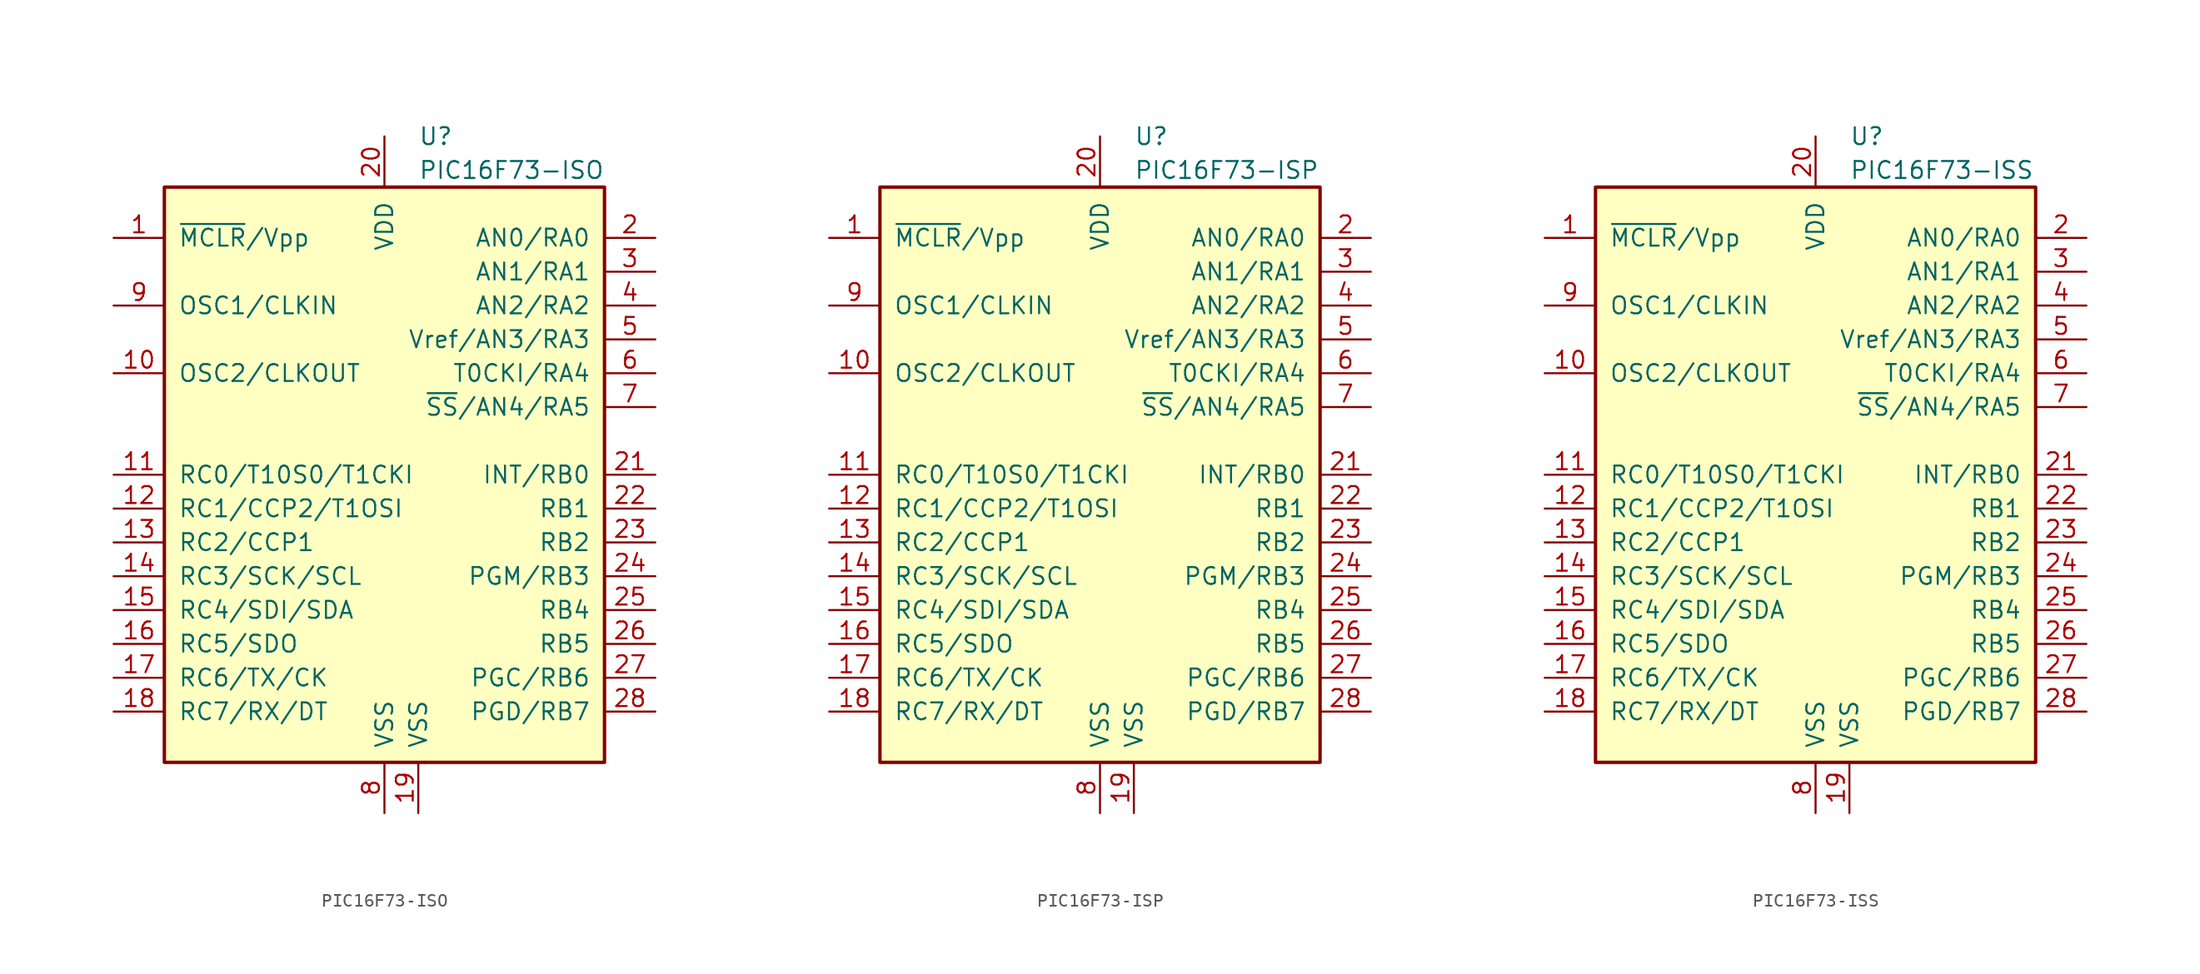
<source format=kicad_sym>
(kicad_symbol_lib
  (version 20241209)
  (generator "kicad_symbol_editor")
  (generator_version "9.0")
  (symbol "PIC16F73-ISO"
    (pin_names
      (offset 1.016))
    (property "Reference" "U"
      (at 2.54 25.4 0)
      (effects (font (size 1.27 1.27)) (justify left)))
    (property "Value" "PIC16F73-ISO"
      (at 2.54 22.86 0)
      (effects (font (size 1.27 1.27)) (justify left)))
    (symbol "PIC16F73-ISO_0_1"
      (rectangle (start -16.51 -21.59) (end 16.51 21.59) (stroke (width 0.254) (type default)) (fill (type background))))
    (symbol "PIC16F73-ISO_1_1"
      (pin input line (at -20.32 17.78 0) (length 3.81) (name "~{MCLR}/Vpp" (effects (font (size 1.27 1.27)))) (number "1" (effects (font (size 1.27 1.27)))))
      (pin input line (at -20.32 12.7 0) (length 3.81) (name "OSC1/CLKIN" (effects (font (size 1.27 1.27)))) (number "9" (effects (font (size 1.27 1.27)))))
      (pin output line (at -20.32 7.62 0) (length 3.81) (name "OSC2/CLKOUT" (effects (font (size 1.27 1.27)))) (number "10" (effects (font (size 1.27 1.27)))))
      (pin bidirectional line (at -20.32 0 0) (length 3.81) (name "RC0/T10S0/T1CKI" (effects (font (size 1.27 1.27)))) (number "11" (effects (font (size 1.27 1.27)))))
      (pin bidirectional line (at -20.32 -2.54 0) (length 3.81) (name "RC1/CCP2/T1OSI" (effects (font (size 1.27 1.27)))) (number "12" (effects (font (size 1.27 1.27)))))
      (pin bidirectional line (at -20.32 -5.08 0) (length 3.81) (name "RC2/CCP1" (effects (font (size 1.27 1.27)))) (number "13" (effects (font (size 1.27 1.27)))))
      (pin bidirectional line (at -20.32 -7.62 0) (length 3.81) (name "RC3/SCK/SCL" (effects (font (size 1.27 1.27)))) (number "14" (effects (font (size 1.27 1.27)))))
      (pin bidirectional line (at -20.32 -10.16 0) (length 3.81) (name "RC4/SDI/SDA" (effects (font (size 1.27 1.27)))) (number "15" (effects (font (size 1.27 1.27)))))
      (pin bidirectional line (at -20.32 -12.7 0) (length 3.81) (name "RC5/SDO" (effects (font (size 1.27 1.27)))) (number "16" (effects (font (size 1.27 1.27)))))
      (pin bidirectional line (at -20.32 -15.24 0) (length 3.81) (name "RC6/TX/CK" (effects (font (size 1.27 1.27)))) (number "17" (effects (font (size 1.27 1.27)))))
      (pin bidirectional line (at -20.32 -17.78 0) (length 3.81) (name "RC7/RX/DT" (effects (font (size 1.27 1.27)))) (number "18" (effects (font (size 1.27 1.27)))))
      (pin power_in line (at 0 25.4 270) (length 3.81) (name "VDD" (effects (font (size 1.27 1.27)))) (number "20" (effects (font (size 1.27 1.27)))))
      (pin power_in line (at 0 -25.4 90) (length 3.81) (name "VSS" (effects (font (size 1.27 1.27)))) (number "8" (effects (font (size 1.27 1.27)))))
      (pin power_in line (at 2.54 -25.4 90) (length 3.81) (name "VSS" (effects (font (size 1.27 1.27)))) (number "19" (effects (font (size 1.27 1.27)))))
      (pin bidirectional line (at 20.32 17.78 180) (length 3.81) (name "AN0/RA0" (effects (font (size 1.27 1.27)))) (number "2" (effects (font (size 1.27 1.27)))))
      (pin bidirectional line (at 20.32 15.24 180) (length 3.81) (name "AN1/RA1" (effects (font (size 1.27 1.27)))) (number "3" (effects (font (size 1.27 1.27)))))
      (pin bidirectional line (at 20.32 12.7 180) (length 3.81) (name "AN2/RA2" (effects (font (size 1.27 1.27)))) (number "4" (effects (font (size 1.27 1.27)))))
      (pin bidirectional line (at 20.32 10.16 180) (length 3.81) (name "Vref/AN3/RA3" (effects (font (size 1.27 1.27)))) (number "5" (effects (font (size 1.27 1.27)))))
      (pin bidirectional line (at 20.32 7.62 180) (length 3.81) (name "T0CKI/RA4" (effects (font (size 1.27 1.27)))) (number "6" (effects (font (size 1.27 1.27)))))
      (pin bidirectional line (at 20.32 5.08 180) (length 3.81) (name "~{SS}/AN4/RA5" (effects (font (size 1.27 1.27)))) (number "7" (effects (font (size 1.27 1.27)))))
      (pin bidirectional line (at 20.32 0 180) (length 3.81) (name "INT/RB0" (effects (font (size 1.27 1.27)))) (number "21" (effects (font (size 1.27 1.27)))))
      (pin bidirectional line (at 20.32 -2.54 180) (length 3.81) (name "RB1" (effects (font (size 1.27 1.27)))) (number "22" (effects (font (size 1.27 1.27)))))
      (pin bidirectional line (at 20.32 -5.08 180) (length 3.81) (name "RB2" (effects (font (size 1.27 1.27)))) (number "23" (effects (font (size 1.27 1.27)))))
      (pin bidirectional line (at 20.32 -7.62 180) (length 3.81) (name "PGM/RB3" (effects (font (size 1.27 1.27)))) (number "24" (effects (font (size 1.27 1.27)))))
      (pin bidirectional line (at 20.32 -10.16 180) (length 3.81) (name "RB4" (effects (font (size 1.27 1.27)))) (number "25" (effects (font (size 1.27 1.27)))))
      (pin bidirectional line (at 20.32 -12.7 180) (length 3.81) (name "RB5" (effects (font (size 1.27 1.27)))) (number "26" (effects (font (size 1.27 1.27)))))
      (pin bidirectional line (at 20.32 -15.24 180) (length 3.81) (name "PGC/RB6" (effects (font (size 1.27 1.27)))) (number "27" (effects (font (size 1.27 1.27)))))
      (pin bidirectional line (at 20.32 -17.78 180) (length 3.81) (name "PGD/RB7" (effects (font (size 1.27 1.27)))) (number "28" (effects (font (size 1.27 1.27)))))))
  (symbol "PIC16F73-ISP"
    (pin_names
      (offset 1.016))
    (property "Reference" "U"
      (at 2.54 25.4 0)
      (effects (font (size 1.27 1.27)) (justify left)))
    (property "Value" "PIC16F73-ISP"
      (at 2.54 22.86 0)
      (effects (font (size 1.27 1.27)) (justify left)))
    (symbol "PIC16F73-ISP_0_1"
      (rectangle (start -16.51 -21.59) (end 16.51 21.59) (stroke (width 0.254) (type default)) (fill (type background))))
    (symbol "PIC16F73-ISP_1_1"
      (pin input line (at -20.32 17.78 0) (length 3.81) (name "~{MCLR}/Vpp" (effects (font (size 1.27 1.27)))) (number "1" (effects (font (size 1.27 1.27)))))
      (pin input line (at -20.32 12.7 0) (length 3.81) (name "OSC1/CLKIN" (effects (font (size 1.27 1.27)))) (number "9" (effects (font (size 1.27 1.27)))))
      (pin output line (at -20.32 7.62 0) (length 3.81) (name "OSC2/CLKOUT" (effects (font (size 1.27 1.27)))) (number "10" (effects (font (size 1.27 1.27)))))
      (pin bidirectional line (at -20.32 0 0) (length 3.81) (name "RC0/T10S0/T1CKI" (effects (font (size 1.27 1.27)))) (number "11" (effects (font (size 1.27 1.27)))))
      (pin bidirectional line (at -20.32 -2.54 0) (length 3.81) (name "RC1/CCP2/T1OSI" (effects (font (size 1.27 1.27)))) (number "12" (effects (font (size 1.27 1.27)))))
      (pin bidirectional line (at -20.32 -5.08 0) (length 3.81) (name "RC2/CCP1" (effects (font (size 1.27 1.27)))) (number "13" (effects (font (size 1.27 1.27)))))
      (pin bidirectional line (at -20.32 -7.62 0) (length 3.81) (name "RC3/SCK/SCL" (effects (font (size 1.27 1.27)))) (number "14" (effects (font (size 1.27 1.27)))))
      (pin bidirectional line (at -20.32 -10.16 0) (length 3.81) (name "RC4/SDI/SDA" (effects (font (size 1.27 1.27)))) (number "15" (effects (font (size 1.27 1.27)))))
      (pin bidirectional line (at -20.32 -12.7 0) (length 3.81) (name "RC5/SDO" (effects (font (size 1.27 1.27)))) (number "16" (effects (font (size 1.27 1.27)))))
      (pin bidirectional line (at -20.32 -15.24 0) (length 3.81) (name "RC6/TX/CK" (effects (font (size 1.27 1.27)))) (number "17" (effects (font (size 1.27 1.27)))))
      (pin bidirectional line (at -20.32 -17.78 0) (length 3.81) (name "RC7/RX/DT" (effects (font (size 1.27 1.27)))) (number "18" (effects (font (size 1.27 1.27)))))
      (pin power_in line (at 0 25.4 270) (length 3.81) (name "VDD" (effects (font (size 1.27 1.27)))) (number "20" (effects (font (size 1.27 1.27)))))
      (pin power_in line (at 0 -25.4 90) (length 3.81) (name "VSS" (effects (font (size 1.27 1.27)))) (number "8" (effects (font (size 1.27 1.27)))))
      (pin power_in line (at 2.54 -25.4 90) (length 3.81) (name "VSS" (effects (font (size 1.27 1.27)))) (number "19" (effects (font (size 1.27 1.27)))))
      (pin bidirectional line (at 20.32 17.78 180) (length 3.81) (name "AN0/RA0" (effects (font (size 1.27 1.27)))) (number "2" (effects (font (size 1.27 1.27)))))
      (pin bidirectional line (at 20.32 15.24 180) (length 3.81) (name "AN1/RA1" (effects (font (size 1.27 1.27)))) (number "3" (effects (font (size 1.27 1.27)))))
      (pin bidirectional line (at 20.32 12.7 180) (length 3.81) (name "AN2/RA2" (effects (font (size 1.27 1.27)))) (number "4" (effects (font (size 1.27 1.27)))))
      (pin bidirectional line (at 20.32 10.16 180) (length 3.81) (name "Vref/AN3/RA3" (effects (font (size 1.27 1.27)))) (number "5" (effects (font (size 1.27 1.27)))))
      (pin bidirectional line (at 20.32 7.62 180) (length 3.81) (name "T0CKI/RA4" (effects (font (size 1.27 1.27)))) (number "6" (effects (font (size 1.27 1.27)))))
      (pin bidirectional line (at 20.32 5.08 180) (length 3.81) (name "~{SS}/AN4/RA5" (effects (font (size 1.27 1.27)))) (number "7" (effects (font (size 1.27 1.27)))))
      (pin bidirectional line (at 20.32 0 180) (length 3.81) (name "INT/RB0" (effects (font (size 1.27 1.27)))) (number "21" (effects (font (size 1.27 1.27)))))
      (pin bidirectional line (at 20.32 -2.54 180) (length 3.81) (name "RB1" (effects (font (size 1.27 1.27)))) (number "22" (effects (font (size 1.27 1.27)))))
      (pin bidirectional line (at 20.32 -5.08 180) (length 3.81) (name "RB2" (effects (font (size 1.27 1.27)))) (number "23" (effects (font (size 1.27 1.27)))))
      (pin bidirectional line (at 20.32 -7.62 180) (length 3.81) (name "PGM/RB3" (effects (font (size 1.27 1.27)))) (number "24" (effects (font (size 1.27 1.27)))))
      (pin bidirectional line (at 20.32 -10.16 180) (length 3.81) (name "RB4" (effects (font (size 1.27 1.27)))) (number "25" (effects (font (size 1.27 1.27)))))
      (pin bidirectional line (at 20.32 -12.7 180) (length 3.81) (name "RB5" (effects (font (size 1.27 1.27)))) (number "26" (effects (font (size 1.27 1.27)))))
      (pin bidirectional line (at 20.32 -15.24 180) (length 3.81) (name "PGC/RB6" (effects (font (size 1.27 1.27)))) (number "27" (effects (font (size 1.27 1.27)))))
      (pin bidirectional line (at 20.32 -17.78 180) (length 3.81) (name "PGD/RB7" (effects (font (size 1.27 1.27)))) (number "28" (effects (font (size 1.27 1.27)))))))
  (symbol "PIC16F73-ISS"
    (pin_names
      (offset 1.016))
    (property "Reference" "U"
      (at 2.54 25.4 0)
      (effects (font (size 1.27 1.27)) (justify left)))
    (property "Value" "PIC16F73-ISS"
      (at 2.54 22.86 0)
      (effects (font (size 1.27 1.27)) (justify left)))
    (symbol "PIC16F73-ISS_0_1"
      (rectangle (start -16.51 -21.59) (end 16.51 21.59) (stroke (width 0.254) (type default)) (fill (type background))))
    (symbol "PIC16F73-ISS_1_1"
      (pin input line (at -20.32 17.78 0) (length 3.81) (name "~{MCLR}/Vpp" (effects (font (size 1.27 1.27)))) (number "1" (effects (font (size 1.27 1.27)))))
      (pin input line (at -20.32 12.7 0) (length 3.81) (name "OSC1/CLKIN" (effects (font (size 1.27 1.27)))) (number "9" (effects (font (size 1.27 1.27)))))
      (pin output line (at -20.32 7.62 0) (length 3.81) (name "OSC2/CLKOUT" (effects (font (size 1.27 1.27)))) (number "10" (effects (font (size 1.27 1.27)))))
      (pin bidirectional line (at -20.32 0 0) (length 3.81) (name "RC0/T10S0/T1CKI" (effects (font (size 1.27 1.27)))) (number "11" (effects (font (size 1.27 1.27)))))
      (pin bidirectional line (at -20.32 -2.54 0) (length 3.81) (name "RC1/CCP2/T1OSI" (effects (font (size 1.27 1.27)))) (number "12" (effects (font (size 1.27 1.27)))))
      (pin bidirectional line (at -20.32 -5.08 0) (length 3.81) (name "RC2/CCP1" (effects (font (size 1.27 1.27)))) (number "13" (effects (font (size 1.27 1.27)))))
      (pin bidirectional line (at -20.32 -7.62 0) (length 3.81) (name "RC3/SCK/SCL" (effects (font (size 1.27 1.27)))) (number "14" (effects (font (size 1.27 1.27)))))
      (pin bidirectional line (at -20.32 -10.16 0) (length 3.81) (name "RC4/SDI/SDA" (effects (font (size 1.27 1.27)))) (number "15" (effects (font (size 1.27 1.27)))))
      (pin bidirectional line (at -20.32 -12.7 0) (length 3.81) (name "RC5/SDO" (effects (font (size 1.27 1.27)))) (number "16" (effects (font (size 1.27 1.27)))))
      (pin bidirectional line (at -20.32 -15.24 0) (length 3.81) (name "RC6/TX/CK" (effects (font (size 1.27 1.27)))) (number "17" (effects (font (size 1.27 1.27)))))
      (pin bidirectional line (at -20.32 -17.78 0) (length 3.81) (name "RC7/RX/DT" (effects (font (size 1.27 1.27)))) (number "18" (effects (font (size 1.27 1.27)))))
      (pin power_in line (at 0 25.4 270) (length 3.81) (name "VDD" (effects (font (size 1.27 1.27)))) (number "20" (effects (font (size 1.27 1.27)))))
      (pin power_in line (at 0 -25.4 90) (length 3.81) (name "VSS" (effects (font (size 1.27 1.27)))) (number "8" (effects (font (size 1.27 1.27)))))
      (pin power_in line (at 2.54 -25.4 90) (length 3.81) (name "VSS" (effects (font (size 1.27 1.27)))) (number "19" (effects (font (size 1.27 1.27)))))
      (pin bidirectional line (at 20.32 17.78 180) (length 3.81) (name "AN0/RA0" (effects (font (size 1.27 1.27)))) (number "2" (effects (font (size 1.27 1.27)))))
      (pin bidirectional line (at 20.32 15.24 180) (length 3.81) (name "AN1/RA1" (effects (font (size 1.27 1.27)))) (number "3" (effects (font (size 1.27 1.27)))))
      (pin bidirectional line (at 20.32 12.7 180) (length 3.81) (name "AN2/RA2" (effects (font (size 1.27 1.27)))) (number "4" (effects (font (size 1.27 1.27)))))
      (pin bidirectional line (at 20.32 10.16 180) (length 3.81) (name "Vref/AN3/RA3" (effects (font (size 1.27 1.27)))) (number "5" (effects (font (size 1.27 1.27)))))
      (pin bidirectional line (at 20.32 7.62 180) (length 3.81) (name "T0CKI/RA4" (effects (font (size 1.27 1.27)))) (number "6" (effects (font (size 1.27 1.27)))))
      (pin bidirectional line (at 20.32 5.08 180) (length 3.81) (name "~{SS}/AN4/RA5" (effects (font (size 1.27 1.27)))) (number "7" (effects (font (size 1.27 1.27)))))
      (pin bidirectional line (at 20.32 0 180) (length 3.81) (name "INT/RB0" (effects (font (size 1.27 1.27)))) (number "21" (effects (font (size 1.27 1.27)))))
      (pin bidirectional line (at 20.32 -2.54 180) (length 3.81) (name "RB1" (effects (font (size 1.27 1.27)))) (number "22" (effects (font (size 1.27 1.27)))))
      (pin bidirectional line (at 20.32 -5.08 180) (length 3.81) (name "RB2" (effects (font (size 1.27 1.27)))) (number "23" (effects (font (size 1.27 1.27)))))
      (pin bidirectional line (at 20.32 -7.62 180) (length 3.81) (name "PGM/RB3" (effects (font (size 1.27 1.27)))) (number "24" (effects (font (size 1.27 1.27)))))
      (pin bidirectional line (at 20.32 -10.16 180) (length 3.81) (name "RB4" (effects (font (size 1.27 1.27)))) (number "25" (effects (font (size 1.27 1.27)))))
      (pin bidirectional line (at 20.32 -12.7 180) (length 3.81) (name "RB5" (effects (font (size 1.27 1.27)))) (number "26" (effects (font (size 1.27 1.27)))))
      (pin bidirectional line (at 20.32 -15.24 180) (length 3.81) (name "PGC/RB6" (effects (font (size 1.27 1.27)))) (number "27" (effects (font (size 1.27 1.27)))))
      (pin bidirectional line (at 20.32 -17.78 180) (length 3.81) (name "PGD/RB7" (effects (font (size 1.27 1.27)))) (number "28" (effects (font (size 1.27 1.27))))))))
</source>
